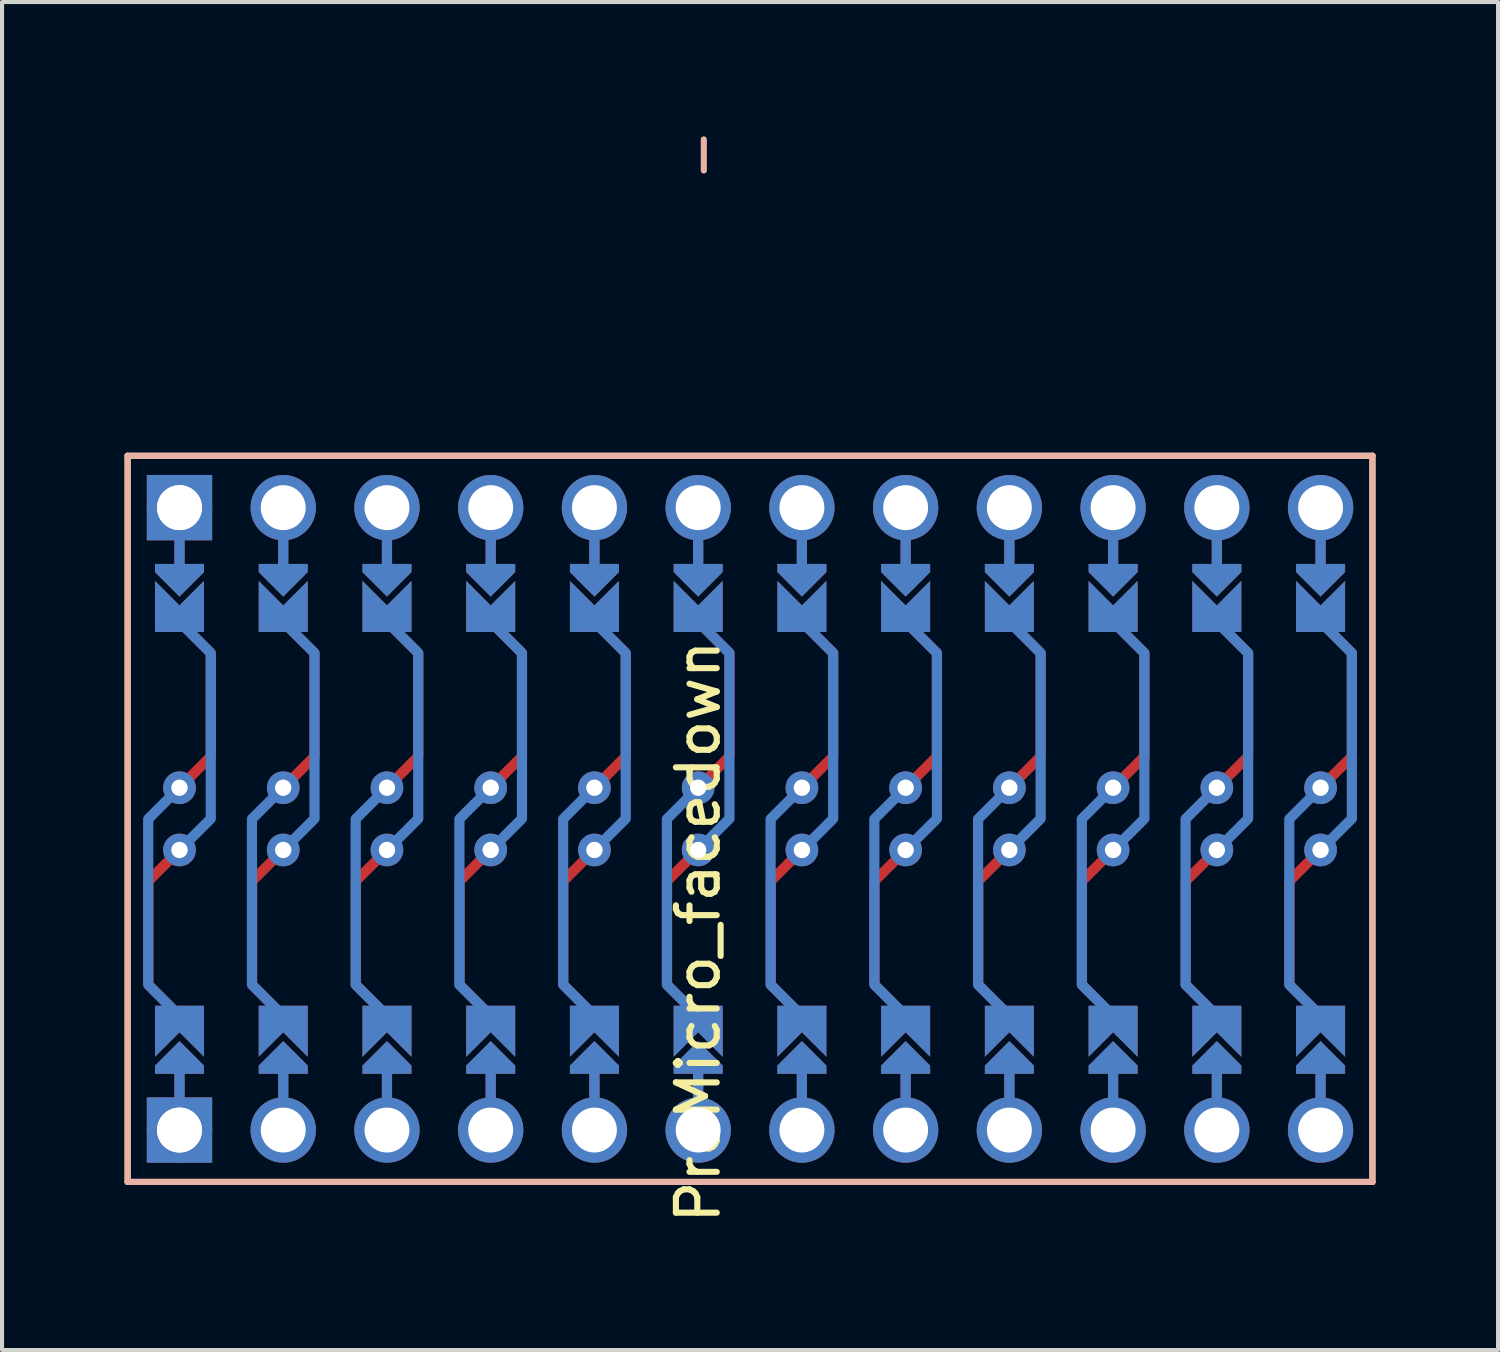
<source format=kicad_pcb>
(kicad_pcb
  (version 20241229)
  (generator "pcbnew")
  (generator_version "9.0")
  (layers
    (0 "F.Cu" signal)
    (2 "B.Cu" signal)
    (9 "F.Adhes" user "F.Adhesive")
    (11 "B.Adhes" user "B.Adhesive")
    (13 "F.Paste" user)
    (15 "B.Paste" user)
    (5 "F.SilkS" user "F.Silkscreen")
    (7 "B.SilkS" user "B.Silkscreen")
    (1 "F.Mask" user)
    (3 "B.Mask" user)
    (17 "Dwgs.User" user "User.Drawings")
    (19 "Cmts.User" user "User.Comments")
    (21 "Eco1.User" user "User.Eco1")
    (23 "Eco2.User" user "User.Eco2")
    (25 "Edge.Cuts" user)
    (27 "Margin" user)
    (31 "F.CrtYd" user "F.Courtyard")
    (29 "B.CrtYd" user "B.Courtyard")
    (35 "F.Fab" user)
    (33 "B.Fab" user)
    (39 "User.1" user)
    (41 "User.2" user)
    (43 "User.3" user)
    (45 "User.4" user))
  (footprint "ProMicro_facedown"
    (layer "F.Cu")
    (at 15.315 17)
    (property "Reference" "ProMicro_facedown" (at -1.27 2.762 270) (layer "F.SilkS") (effects (font (size 1 1) (thickness 0.15))))
    (attr through_hole)
    (fp_circle (center -13.97 -0.762) (end -13.845 -0.762) (stroke (width 0.25) (type solid)) (fill no) (layer "F.Mask"))
    (fp_circle (center -13.97 0.762) (end -13.845 0.762) (stroke (width 0.25) (type solid)) (fill no) (layer "F.Mask"))
    (fp_circle (center -11.43 -0.762) (end -11.305 -0.762) (stroke (width 0.25) (type solid)) (fill no) (layer "F.Mask"))
    (fp_circle (center -11.43 0.762) (end -11.305 0.762) (stroke (width 0.25) (type solid)) (fill no) (layer "F.Mask"))
    (fp_circle (center -8.89 -0.762) (end -8.765 -0.762) (stroke (width 0.25) (type solid)) (fill no) (layer "F.Mask"))
    (fp_circle (center -8.89 0.762) (end -8.765 0.762) (stroke (width 0.25) (type solid)) (fill no) (layer "F.Mask"))
    (fp_circle (center -6.35 -0.762) (end -6.225 -0.762) (stroke (width 0.25) (type solid)) (fill no) (layer "F.Mask"))
    (fp_circle (center -6.35 0.762) (end -6.225 0.762) (stroke (width 0.25) (type solid)) (fill no) (layer "F.Mask"))
    (fp_circle (center -3.81 -0.762) (end -3.685 -0.762) (stroke (width 0.25) (type solid)) (fill no) (layer "F.Mask"))
    (fp_circle (center -3.81 0.762) (end -3.685 0.762) (stroke (width 0.25) (type solid)) (fill no) (layer "F.Mask"))
    (fp_circle (center -1.27 -0.762) (end -1.145 -0.762) (stroke (width 0.25) (type solid)) (fill no) (layer "F.Mask"))
    (fp_circle (center -1.27 0.762) (end -1.145 0.762) (stroke (width 0.25) (type solid)) (fill no) (layer "F.Mask"))
    (fp_circle (center 1.27 -0.762) (end 1.395 -0.762) (stroke (width 0.25) (type solid)) (fill no) (layer "F.Mask"))
    (fp_circle (center 1.27 0.762) (end 1.395 0.762) (stroke (width 0.25) (type solid)) (fill no) (layer "F.Mask"))
    (fp_circle (center 3.81 -0.762) (end 3.935 -0.762) (stroke (width 0.25) (type solid)) (fill no) (layer "F.Mask"))
    (fp_circle (center 3.81 0.762) (end 3.935 0.762) (stroke (width 0.25) (type solid)) (fill no) (layer "F.Mask"))
    (fp_circle (center 6.35 -0.762) (end 6.475 -0.762) (stroke (width 0.25) (type solid)) (fill no) (layer "F.Mask"))
    (fp_circle (center 6.35 0.762) (end 6.475 0.762) (stroke (width 0.25) (type solid)) (fill no) (layer "F.Mask"))
    (fp_circle (center 8.89 -0.762) (end 9.015 -0.762) (stroke (width 0.25) (type solid)) (fill no) (layer "F.Mask"))
    (fp_circle (center 8.89 0.762) (end 9.015 0.762) (stroke (width 0.25) (type solid)) (fill no) (layer "F.Mask"))
    (fp_circle (center 11.43 -0.762) (end 11.555 -0.762) (stroke (width 0.25) (type solid)) (fill no) (layer "F.Mask"))
    (fp_circle (center 11.43 0.762) (end 11.555 0.762) (stroke (width 0.25) (type solid)) (fill no) (layer "F.Mask"))
    (fp_circle (center 13.97 -0.762) (end 14.095 -0.762) (stroke (width 0.25) (type solid)) (fill no) (layer "F.Mask"))
    (fp_circle (center 13.97 0.762) (end 14.095 0.762) (stroke (width 0.25) (type solid)) (fill no) (layer "F.Mask"))
    (fp_poly (pts (xy -14.478 5.08) (xy -13.462 5.08) (xy -13.462 6.096) (xy -14.478 6.096)) (stroke (width 0.1) (type solid)) (fill yes) (layer "F.Mask"))
    (fp_poly (pts (xy -13.462 -5.08) (xy -14.478 -5.08) (xy -14.478 -6.096) (xy -13.462 -6.096)) (stroke (width 0.1) (type solid)) (fill yes) (layer "F.Mask"))
    (fp_poly (pts (xy -11.938 5.08) (xy -10.922 5.08) (xy -10.922 6.096) (xy -11.938 6.096)) (stroke (width 0.1) (type solid)) (fill yes) (layer "F.Mask"))
    (fp_poly (pts (xy -10.922 -5.08) (xy -11.938 -5.08) (xy -11.938 -6.096) (xy -10.922 -6.096)) (stroke (width 0.1) (type solid)) (fill yes) (layer "F.Mask"))
    (fp_poly (pts (xy -9.398 5.08) (xy -8.382 5.08) (xy -8.382 6.096) (xy -9.398 6.096)) (stroke (width 0.1) (type solid)) (fill yes) (layer "F.Mask"))
    (fp_poly (pts (xy -8.382 -5.08) (xy -9.398 -5.08) (xy -9.398 -6.096) (xy -8.382 -6.096)) (stroke (width 0.1) (type solid)) (fill yes) (layer "F.Mask"))
    (fp_poly (pts (xy -6.858 5.08) (xy -5.842 5.08) (xy -5.842 6.096) (xy -6.858 6.096)) (stroke (width 0.1) (type solid)) (fill yes) (layer "F.Mask"))
    (fp_poly (pts (xy -5.842 -5.08) (xy -6.858 -5.08) (xy -6.858 -6.096) (xy -5.842 -6.096)) (stroke (width 0.1) (type solid)) (fill yes) (layer "F.Mask"))
    (fp_poly (pts (xy -4.318 5.08) (xy -3.302 5.08) (xy -3.302 6.096) (xy -4.318 6.096)) (stroke (width 0.1) (type solid)) (fill yes) (layer "F.Mask"))
    (fp_poly (pts (xy -3.302 -5.08) (xy -4.318 -5.08) (xy -4.318 -6.096) (xy -3.302 -6.096)) (stroke (width 0.1) (type solid)) (fill yes) (layer "F.Mask"))
    (fp_poly (pts (xy -1.778 5.08) (xy -0.762 5.08) (xy -0.762 6.096) (xy -1.778 6.096)) (stroke (width 0.1) (type solid)) (fill yes) (layer "F.Mask"))
    (fp_poly (pts (xy -0.762 -5.08) (xy -1.778 -5.08) (xy -1.778 -6.096) (xy -0.762 -6.096)) (stroke (width 0.1) (type solid)) (fill yes) (layer "F.Mask"))
    (fp_poly (pts (xy 0.762 5.08) (xy 1.778 5.08) (xy 1.778 6.096) (xy 0.762 6.096)) (stroke (width 0.1) (type solid)) (fill yes) (layer "F.Mask"))
    (fp_poly (pts (xy 1.778 -5.08) (xy 0.762 -5.08) (xy 0.762 -6.096) (xy 1.778 -6.096)) (stroke (width 0.1) (type solid)) (fill yes) (layer "F.Mask"))
    (fp_poly (pts (xy 3.302 5.08) (xy 4.318 5.08) (xy 4.318 6.096) (xy 3.302 6.096)) (stroke (width 0.1) (type solid)) (fill yes) (layer "F.Mask"))
    (fp_poly (pts (xy 4.318 -5.08) (xy 3.302 -5.08) (xy 3.302 -6.096) (xy 4.318 -6.096)) (stroke (width 0.1) (type solid)) (fill yes) (layer "F.Mask"))
    (fp_poly (pts (xy 5.842 5.08) (xy 6.858 5.08) (xy 6.858 6.096) (xy 5.842 6.096)) (stroke (width 0.1) (type solid)) (fill yes) (layer "F.Mask"))
    (fp_poly (pts (xy 6.858 -5.08) (xy 5.842 -5.08) (xy 5.842 -6.096) (xy 6.858 -6.096)) (stroke (width 0.1) (type solid)) (fill yes) (layer "F.Mask"))
    (fp_poly (pts (xy 8.382 5.08) (xy 9.398 5.08) (xy 9.398 6.096) (xy 8.382 6.096)) (stroke (width 0.1) (type solid)) (fill yes) (layer "F.Mask"))
    (fp_poly (pts (xy 9.398 -5.08) (xy 8.382 -5.08) (xy 8.382 -6.096) (xy 9.398 -6.096)) (stroke (width 0.1) (type solid)) (fill yes) (layer "F.Mask"))
    (fp_poly (pts (xy 10.922 5.08) (xy 11.938 5.08) (xy 11.938 6.096) (xy 10.922 6.096)) (stroke (width 0.1) (type solid)) (fill yes) (layer "F.Mask"))
    (fp_poly (pts (xy 11.938 -5.08) (xy 10.922 -5.08) (xy 10.922 -6.096) (xy 11.938 -6.096)) (stroke (width 0.1) (type solid)) (fill yes) (layer "F.Mask"))
    (fp_poly (pts (xy 13.462 5.08) (xy 14.478 5.08) (xy 14.478 6.096) (xy 13.462 6.096)) (stroke (width 0.1) (type solid)) (fill yes) (layer "F.Mask"))
    (fp_poly (pts (xy 14.478 -5.08) (xy 13.462 -5.08) (xy 13.462 -6.096) (xy 14.478 -6.096)) (stroke (width 0.1) (type solid)) (fill yes) (layer "F.Mask"))
    (fp_circle (center -13.97 -0.762) (end -13.845 -0.762) (stroke (width 0.25) (type solid)) (fill no) (layer "B.Mask"))
    (fp_circle (center -13.97 0.762) (end -13.845 0.762) (stroke (width 0.25) (type solid)) (fill no) (layer "B.Mask"))
    (fp_circle (center -11.43 -0.762) (end -11.305 -0.762) (stroke (width 0.25) (type solid)) (fill no) (layer "B.Mask"))
    (fp_circle (center -11.43 0.762) (end -11.305 0.762) (stroke (width 0.25) (type solid)) (fill no) (layer "B.Mask"))
    (fp_circle (center -8.89 -0.762) (end -8.765 -0.762) (stroke (width 0.25) (type solid)) (fill no) (layer "B.Mask"))
    (fp_circle (center -8.89 0.762) (end -8.765 0.762) (stroke (width 0.25) (type solid)) (fill no) (layer "B.Mask"))
    (fp_circle (center -6.35 -0.762) (end -6.225 -0.762) (stroke (width 0.25) (type solid)) (fill no) (layer "B.Mask"))
    (fp_circle (center -6.35 0.762) (end -6.225 0.762) (stroke (width 0.25) (type solid)) (fill no) (layer "B.Mask"))
    (fp_circle (center -3.81 -0.762) (end -3.685 -0.762) (stroke (width 0.25) (type solid)) (fill no) (layer "B.Mask"))
    (fp_circle (center -3.81 0.762) (end -3.685 0.762) (stroke (width 0.25) (type solid)) (fill no) (layer "B.Mask"))
    (fp_circle (center -1.27 -0.762) (end -1.145 -0.762) (stroke (width 0.25) (type solid)) (fill no) (layer "B.Mask"))
    (fp_circle (center -1.27 0.762) (end -1.145 0.762) (stroke (width 0.25) (type solid)) (fill no) (layer "B.Mask"))
    (fp_circle (center 1.27 -0.762) (end 1.395 -0.762) (stroke (width 0.25) (type solid)) (fill no) (layer "B.Mask"))
    (fp_circle (center 1.27 0.762) (end 1.395 0.762) (stroke (width 0.25) (type solid)) (fill no) (layer "B.Mask"))
    (fp_circle (center 3.81 -0.762) (end 3.935 -0.762) (stroke (width 0.25) (type solid)) (fill no) (layer "B.Mask"))
    (fp_circle (center 3.81 0.762) (end 3.935 0.762) (stroke (width 0.25) (type solid)) (fill no) (layer "B.Mask"))
    (fp_circle (center 6.35 -0.762) (end 6.475 -0.762) (stroke (width 0.25) (type solid)) (fill no) (layer "B.Mask"))
    (fp_circle (center 6.35 0.762) (end 6.475 0.762) (stroke (width 0.25) (type solid)) (fill no) (layer "B.Mask"))
    (fp_circle (center 8.89 -0.762) (end 9.015 -0.762) (stroke (width 0.25) (type solid)) (fill no) (layer "B.Mask"))
    (fp_circle (center 8.89 0.762) (end 9.015 0.762) (stroke (width 0.25) (type solid)) (fill no) (layer "B.Mask"))
    (fp_circle (center 11.43 -0.762) (end 11.555 -0.762) (stroke (width 0.25) (type solid)) (fill no) (layer "B.Mask"))
    (fp_circle (center 11.43 0.762) (end 11.555 0.762) (stroke (width 0.25) (type solid)) (fill no) (layer "B.Mask"))
    (fp_circle (center 13.97 -0.762) (end 14.095 -0.762) (stroke (width 0.25) (type solid)) (fill no) (layer "B.Mask"))
    (fp_circle (center 13.97 0.762) (end 14.095 0.762) (stroke (width 0.25) (type solid)) (fill no) (layer "B.Mask"))
    (fp_poly (pts (xy -14.478 5.08) (xy -13.462 5.08) (xy -13.462 6.096) (xy -14.478 6.096)) (stroke (width 0.1) (type solid)) (fill yes) (layer "B.Mask"))
    (fp_poly (pts (xy -13.462 -5.08) (xy -14.478 -5.08) (xy -14.478 -6.096) (xy -13.462 -6.096)) (stroke (width 0.1) (type solid)) (fill yes) (layer "B.Mask"))
    (fp_poly (pts (xy -11.938 5.08) (xy -10.922 5.08) (xy -10.922 6.096) (xy -11.938 6.096)) (stroke (width 0.1) (type solid)) (fill yes) (layer "B.Mask"))
    (fp_poly (pts (xy -10.922 -5.08) (xy -11.938 -5.08) (xy -11.938 -6.096) (xy -10.922 -6.096)) (stroke (width 0.1) (type solid)) (fill yes) (layer "B.Mask"))
    (fp_poly (pts (xy -9.398 5.08) (xy -8.382 5.08) (xy -8.382 6.096) (xy -9.398 6.096)) (stroke (width 0.1) (type solid)) (fill yes) (layer "B.Mask"))
    (fp_poly (pts (xy -8.382 -5.08) (xy -9.398 -5.08) (xy -9.398 -6.096) (xy -8.382 -6.096)) (stroke (width 0.1) (type solid)) (fill yes) (layer "B.Mask"))
    (fp_poly (pts (xy -6.858 5.08) (xy -5.842 5.08) (xy -5.842 6.096) (xy -6.858 6.096)) (stroke (width 0.1) (type solid)) (fill yes) (layer "B.Mask"))
    (fp_poly (pts (xy -5.842 -5.08) (xy -6.858 -5.08) (xy -6.858 -6.096) (xy -5.842 -6.096)) (stroke (width 0.1) (type solid)) (fill yes) (layer "B.Mask"))
    (fp_poly (pts (xy -4.318 5.08) (xy -3.302 5.08) (xy -3.302 6.096) (xy -4.318 6.096)) (stroke (width 0.1) (type solid)) (fill yes) (layer "B.Mask"))
    (fp_poly (pts (xy -3.302 -5.08) (xy -4.318 -5.08) (xy -4.318 -6.096) (xy -3.302 -6.096)) (stroke (width 0.1) (type solid)) (fill yes) (layer "B.Mask"))
    (fp_poly (pts (xy -1.778 5.08) (xy -0.762 5.08) (xy -0.762 6.096) (xy -1.778 6.096)) (stroke (width 0.1) (type solid)) (fill yes) (layer "B.Mask"))
    (fp_poly (pts (xy -0.762 -5.08) (xy -1.778 -5.08) (xy -1.778 -6.096) (xy -0.762 -6.096)) (stroke (width 0.1) (type solid)) (fill yes) (layer "B.Mask"))
    (fp_poly (pts (xy 0.762 5.08) (xy 1.778 5.08) (xy 1.778 6.096) (xy 0.762 6.096)) (stroke (width 0.1) (type solid)) (fill yes) (layer "B.Mask"))
    (fp_poly (pts (xy 1.778 -5.08) (xy 0.762 -5.08) (xy 0.762 -6.096) (xy 1.778 -6.096)) (stroke (width 0.1) (type solid)) (fill yes) (layer "B.Mask"))
    (fp_poly (pts (xy 3.302 5.08) (xy 4.318 5.08) (xy 4.318 6.096) (xy 3.302 6.096)) (stroke (width 0.1) (type solid)) (fill yes) (layer "B.Mask"))
    (fp_poly (pts (xy 4.318 -5.08) (xy 3.302 -5.08) (xy 3.302 -6.096) (xy 4.318 -6.096)) (stroke (width 0.1) (type solid)) (fill yes) (layer "B.Mask"))
    (fp_poly (pts (xy 5.842 5.08) (xy 6.858 5.08) (xy 6.858 6.096) (xy 5.842 6.096)) (stroke (width 0.1) (type solid)) (fill yes) (layer "B.Mask"))
    (fp_poly (pts (xy 6.858 -5.08) (xy 5.842 -5.08) (xy 5.842 -6.096) (xy 6.858 -6.096)) (stroke (width 0.1) (type solid)) (fill yes) (layer "B.Mask"))
    (fp_poly (pts (xy 8.382 5.08) (xy 9.398 5.08) (xy 9.398 6.096) (xy 8.382 6.096)) (stroke (width 0.1) (type solid)) (fill yes) (layer "B.Mask"))
    (fp_poly (pts (xy 9.398 -5.08) (xy 8.382 -5.08) (xy 8.382 -6.096) (xy 9.398 -6.096)) (stroke (width 0.1) (type solid)) (fill yes) (layer "B.Mask"))
    (fp_poly (pts (xy 10.922 5.08) (xy 11.938 5.08) (xy 11.938 6.096) (xy 10.922 6.096)) (stroke (width 0.1) (type solid)) (fill yes) (layer "B.Mask"))
    (fp_poly (pts (xy 11.938 -5.08) (xy 10.922 -5.08) (xy 10.922 -6.096) (xy 11.938 -6.096)) (stroke (width 0.1) (type solid)) (fill yes) (layer "B.Mask"))
    (fp_poly (pts (xy 13.462 5.08) (xy 14.478 5.08) (xy 14.478 6.096) (xy 13.462 6.096)) (stroke (width 0.1) (type solid)) (fill yes) (layer "B.Mask"))
    (fp_poly (pts (xy 14.478 -5.08) (xy 13.462 -5.08) (xy 13.462 -6.096) (xy 14.478 -6.096)) (stroke (width 0.1) (type solid)) (fill yes) (layer "B.Mask"))
    (fp_line (start -15.24 -8.89) (end 15.24 -8.89) (stroke (width 0.15) (type solid)) (layer "F.SilkS"))
    (fp_line (start -15.24 8.89) (end -15.24 -8.89) (stroke (width 0.15) (type solid)) (layer "F.SilkS"))
    (fp_line (start -15.24 8.89) (end 15.24 8.89) (stroke (width 0.15) (type solid)) (layer "F.SilkS"))
    (fp_line (start 15.24 -8.89) (end 15.24 8.89) (stroke (width 0.15) (type solid)) (layer "F.SilkS"))
    (fp_line (start -15.24 -8.89) (end 15.24 -8.89) (stroke (width 0.15) (type solid)) (layer "B.SilkS"))
    (fp_line (start -15.24 8.89) (end -15.24 -8.89) (stroke (width 0.15) (type solid)) (layer "B.SilkS"))
    (fp_line (start -15.24 8.89) (end 15.24 8.89) (stroke (width 0.15) (type solid)) (layer "B.SilkS"))
    (fp_line (start 15.24 -8.89) (end 15.24 8.89) (stroke (width 0.15) (type solid)) (layer "B.SilkS"))
    (fp_text user "-" (at -1.206 -16.256 90) (layer "B.SilkS") (effects (font (size 1 1) (thickness 0.15)) (justify mirror)))
    (pad "" thru_hole circle (at -13.97 -7.62) (size 1.6 1.6) (drill 1.1) (layers "*.Cu" "*.Mask"))
    (pad "" thru_hole rect (at -13.97 -7.62) (size 1.6 1.6) (drill 1.1) (layers "B.Cu" "B.Mask"))
    (pad "" smd custom (at -13.97 -6.35) (size 0.25 1) (layers "F.Cu") (options (anchor rect)) (primitives))
    (pad "" smd custom (at -13.97 -6.35) (size 0.25 1) (layers "B.Cu") (options (anchor rect)) (primitives))
    (pad "" smd custom (at -13.97 -5.842) (size 0.1 0.1) (layers "F.Cu" "F.Mask") (options (anchor rect)) (primitives (gr_poly (pts (xy 0.6 -0.4) (xy -0.6 -0.4) (xy -0.6 -0.2) (xy 0 0.4) (xy 0.6 -0.2)) (width 0) (fill yes))))
    (pad "" smd custom (at -13.97 -5.842) (size 0.1 0.1) (layers "B.Cu" "B.Mask") (options (anchor rect)) (primitives (gr_poly (pts (xy 0.6 -0.4) (xy -0.6 -0.4) (xy -0.6 -0.2) (xy 0 0.4) (xy 0.6 -0.2)) (width 0) (fill yes))))
    (pad "" smd custom (at -13.97 5.842 180) (size 0.1 0.1) (layers "F.Cu" "F.Mask") (options (anchor rect)) (primitives (gr_poly (pts (xy 0.6 -0.4) (xy -0.6 -0.4) (xy -0.6 -0.2) (xy 0 0.4) (xy 0.6 -0.2)) (width 0) (fill yes))))
    (pad "" smd custom (at -13.97 5.842 180) (size 0.1 0.1) (layers "B.Cu" "B.Mask") (options (anchor rect)) (primitives (gr_poly (pts (xy 0.6 -0.4) (xy -0.6 -0.4) (xy -0.6 -0.2) (xy 0 0.4) (xy 0.6 -0.2)) (width 0) (fill yes))))
    (pad "" smd custom (at -13.97 6.35 180) (size 0.25 1) (layers "F.Cu") (options (anchor rect)) (primitives))
    (pad "" smd custom (at -13.97 6.35 180) (size 0.25 1) (layers "B.Cu") (options (anchor rect)) (primitives))
    (pad "" thru_hole circle (at -13.97 7.62) (size 1.6 1.6) (drill 1.1) (layers "*.Cu" "*.Mask"))
    (pad "" thru_hole rect (at -13.97 7.62) (size 1.6 1.6) (drill 1.1) (layers "F.Cu" "F.Mask"))
    (pad "" thru_hole circle (at -11.43 -7.62) (size 1.6 1.6) (drill 1.1) (layers "*.Cu" "*.Mask"))
    (pad "" smd custom (at -11.43 -6.35) (size 0.25 1) (layers "F.Cu") (options (anchor rect)) (primitives))
    (pad "" smd custom (at -11.43 -6.35) (size 0.25 1) (layers "B.Cu") (options (anchor rect)) (primitives))
    (pad "" smd custom (at -11.43 -5.842) (size 0.1 0.1) (layers "F.Cu" "F.Mask") (options (anchor rect)) (primitives (gr_poly (pts (xy 0.6 -0.4) (xy -0.6 -0.4) (xy -0.6 -0.2) (xy 0 0.4) (xy 0.6 -0.2)) (width 0) (fill yes))))
    (pad "" smd custom (at -11.43 -5.842) (size 0.1 0.1) (layers "B.Cu" "B.Mask") (options (anchor rect)) (primitives (gr_poly (pts (xy 0.6 -0.4) (xy -0.6 -0.4) (xy -0.6 -0.2) (xy 0 0.4) (xy 0.6 -0.2)) (width 0) (fill yes))))
    (pad "" smd custom (at -11.43 5.842 180) (size 0.1 0.1) (layers "F.Cu" "F.Mask") (options (anchor rect)) (primitives (gr_poly (pts (xy 0.6 -0.4) (xy -0.6 -0.4) (xy -0.6 -0.2) (xy 0 0.4) (xy 0.6 -0.2)) (width 0) (fill yes))))
    (pad "" smd custom (at -11.43 5.842 180) (size 0.1 0.1) (layers "B.Cu" "B.Mask") (options (anchor rect)) (primitives (gr_poly (pts (xy 0.6 -0.4) (xy -0.6 -0.4) (xy -0.6 -0.2) (xy 0 0.4) (xy 0.6 -0.2)) (width 0) (fill yes))))
    (pad "" smd custom (at -11.43 6.35 180) (size 0.25 1) (layers "F.Cu") (options (anchor rect)) (primitives))
    (pad "" smd custom (at -11.43 6.35 180) (size 0.25 1) (layers "B.Cu") (options (anchor rect)) (primitives))
    (pad "" thru_hole circle (at -11.43 7.62) (size 1.6 1.6) (drill 1.1) (layers "*.Cu" "*.Mask"))
    (pad "" thru_hole circle (at -8.89 -7.62) (size 1.6 1.6) (drill 1.1) (layers "*.Cu" "*.Mask"))
    (pad "" smd custom (at -8.89 -6.35) (size 0.25 1) (layers "F.Cu") (options (anchor rect)) (primitives))
    (pad "" smd custom (at -8.89 -6.35) (size 0.25 1) (layers "B.Cu") (options (anchor rect)) (primitives))
    (pad "" smd custom (at -8.89 -5.842) (size 0.1 0.1) (layers "F.Cu" "F.Mask") (options (anchor rect)) (primitives (gr_poly (pts (xy 0.6 -0.4) (xy -0.6 -0.4) (xy -0.6 -0.2) (xy 0 0.4) (xy 0.6 -0.2)) (width 0) (fill yes))))
    (pad "" smd custom (at -8.89 -5.842) (size 0.1 0.1) (layers "B.Cu" "B.Mask") (options (anchor rect)) (primitives (gr_poly (pts (xy 0.6 -0.4) (xy -0.6 -0.4) (xy -0.6 -0.2) (xy 0 0.4) (xy 0.6 -0.2)) (width 0) (fill yes))))
    (pad "" smd custom (at -8.89 5.842 180) (size 0.1 0.1) (layers "F.Cu" "F.Mask") (options (anchor rect)) (primitives (gr_poly (pts (xy 0.6 -0.4) (xy -0.6 -0.4) (xy -0.6 -0.2) (xy 0 0.4) (xy 0.6 -0.2)) (width 0) (fill yes))))
    (pad "" smd custom (at -8.89 5.842 180) (size 0.1 0.1) (layers "B.Cu" "B.Mask") (options (anchor rect)) (primitives (gr_poly (pts (xy 0.6 -0.4) (xy -0.6 -0.4) (xy -0.6 -0.2) (xy 0 0.4) (xy 0.6 -0.2)) (width 0) (fill yes))))
    (pad "" smd custom (at -8.89 6.35 180) (size 0.25 1) (layers "F.Cu") (options (anchor rect)) (primitives))
    (pad "" smd custom (at -8.89 6.35 180) (size 0.25 1) (layers "B.Cu") (options (anchor rect)) (primitives))
    (pad "" thru_hole circle (at -8.89 7.62) (size 1.6 1.6) (drill 1.1) (layers "*.Cu" "*.Mask"))
    (pad "" thru_hole circle (at -6.35 -7.62) (size 1.6 1.6) (drill 1.1) (layers "*.Cu" "*.Mask"))
    (pad "" smd custom (at -6.35 -6.35) (size 0.25 1) (layers "F.Cu") (options (anchor rect)) (primitives))
    (pad "" smd custom (at -6.35 -6.35) (size 0.25 1) (layers "B.Cu") (options (anchor rect)) (primitives))
    (pad "" smd custom (at -6.35 -5.842) (size 0.1 0.1) (layers "F.Cu" "F.Mask") (options (anchor rect)) (primitives (gr_poly (pts (xy 0.6 -0.4) (xy -0.6 -0.4) (xy -0.6 -0.2) (xy 0 0.4) (xy 0.6 -0.2)) (width 0) (fill yes))))
    (pad "" smd custom (at -6.35 -5.842) (size 0.1 0.1) (layers "B.Cu" "B.Mask") (options (anchor rect)) (primitives (gr_poly (pts (xy 0.6 -0.4) (xy -0.6 -0.4) (xy -0.6 -0.2) (xy 0 0.4) (xy 0.6 -0.2)) (width 0) (fill yes))))
    (pad "" smd custom (at -6.35 5.842 180) (size 0.1 0.1) (layers "F.Cu" "F.Mask") (options (anchor rect)) (primitives (gr_poly (pts (xy 0.6 -0.4) (xy -0.6 -0.4) (xy -0.6 -0.2) (xy 0 0.4) (xy 0.6 -0.2)) (width 0) (fill yes))))
    (pad "" smd custom (at -6.35 5.842 180) (size 0.1 0.1) (layers "B.Cu" "B.Mask") (options (anchor rect)) (primitives (gr_poly (pts (xy 0.6 -0.4) (xy -0.6 -0.4) (xy -0.6 -0.2) (xy 0 0.4) (xy 0.6 -0.2)) (width 0) (fill yes))))
    (pad "" smd custom (at -6.35 6.35 180) (size 0.25 1) (layers "F.Cu") (options (anchor rect)) (primitives))
    (pad "" smd custom (at -6.35 6.35 180) (size 0.25 1) (layers "B.Cu") (options (anchor rect)) (primitives))
    (pad "" thru_hole circle (at -6.35 7.62) (size 1.6 1.6) (drill 1.1) (layers "*.Cu" "*.Mask"))
    (pad "" thru_hole circle (at -3.81 -7.62) (size 1.6 1.6) (drill 1.1) (layers "*.Cu" "*.Mask"))
    (pad "" smd custom (at -3.81 -6.35) (size 0.25 1) (layers "F.Cu") (options (anchor rect)) (primitives))
    (pad "" smd custom (at -3.81 -6.35) (size 0.25 1) (layers "B.Cu") (options (anchor rect)) (primitives))
    (pad "" smd custom (at -3.81 -5.842) (size 0.1 0.1) (layers "F.Cu" "F.Mask") (options (anchor rect)) (primitives (gr_poly (pts (xy 0.6 -0.4) (xy -0.6 -0.4) (xy -0.6 -0.2) (xy 0 0.4) (xy 0.6 -0.2)) (width 0) (fill yes))))
    (pad "" smd custom (at -3.81 -5.842) (size 0.1 0.1) (layers "B.Cu" "B.Mask") (options (anchor rect)) (primitives (gr_poly (pts (xy 0.6 -0.4) (xy -0.6 -0.4) (xy -0.6 -0.2) (xy 0 0.4) (xy 0.6 -0.2)) (width 0) (fill yes))))
    (pad "" smd custom (at -3.81 5.842 180) (size 0.1 0.1) (layers "F.Cu" "F.Mask") (options (anchor rect)) (primitives (gr_poly (pts (xy 0.6 -0.4) (xy -0.6 -0.4) (xy -0.6 -0.2) (xy 0 0.4) (xy 0.6 -0.2)) (width 0) (fill yes))))
    (pad "" smd custom (at -3.81 5.842 180) (size 0.1 0.1) (layers "B.Cu" "B.Mask") (options (anchor rect)) (primitives (gr_poly (pts (xy 0.6 -0.4) (xy -0.6 -0.4) (xy -0.6 -0.2) (xy 0 0.4) (xy 0.6 -0.2)) (width 0) (fill yes))))
    (pad "" smd custom (at -3.81 6.35 180) (size 0.25 1) (layers "F.Cu") (options (anchor rect)) (primitives))
    (pad "" smd custom (at -3.81 6.35 180) (size 0.25 1) (layers "B.Cu") (options (anchor rect)) (primitives))
    (pad "" thru_hole circle (at -3.81 7.62) (size 1.6 1.6) (drill 1.1) (layers "*.Cu" "*.Mask"))
    (pad "" thru_hole circle (at -1.27 -7.62) (size 1.6 1.6) (drill 1.1) (layers "*.Cu" "*.Mask"))
    (pad "" smd custom (at -1.27 -6.35) (size 0.25 1) (layers "F.Cu") (options (anchor rect)) (primitives))
    (pad "" smd custom (at -1.27 -6.35) (size 0.25 1) (layers "B.Cu") (options (anchor rect)) (primitives))
    (pad "" smd custom (at -1.27 -5.842) (size 0.1 0.1) (layers "F.Cu" "F.Mask") (options (anchor rect)) (primitives (gr_poly (pts (xy 0.6 -0.4) (xy -0.6 -0.4) (xy -0.6 -0.2) (xy 0 0.4) (xy 0.6 -0.2)) (width 0) (fill yes))))
    (pad "" smd custom (at -1.27 -5.842) (size 0.1 0.1) (layers "B.Cu" "B.Mask") (options (anchor rect)) (primitives (gr_poly (pts (xy 0.6 -0.4) (xy -0.6 -0.4) (xy -0.6 -0.2) (xy 0 0.4) (xy 0.6 -0.2)) (width 0) (fill yes))))
    (pad "" smd custom (at -1.27 5.842 180) (size 0.1 0.1) (layers "F.Cu" "F.Mask") (options (anchor rect)) (primitives (gr_poly (pts (xy 0.6 -0.4) (xy -0.6 -0.4) (xy -0.6 -0.2) (xy 0 0.4) (xy 0.6 -0.2)) (width 0) (fill yes))))
    (pad "" smd custom (at -1.27 5.842 180) (size 0.1 0.1) (layers "B.Cu" "B.Mask") (options (anchor rect)) (primitives (gr_poly (pts (xy 0.6 -0.4) (xy -0.6 -0.4) (xy -0.6 -0.2) (xy 0 0.4) (xy 0.6 -0.2)) (width 0) (fill yes))))
    (pad "" smd custom (at -1.27 6.35 180) (size 0.25 1) (layers "F.Cu") (options (anchor rect)) (primitives))
    (pad "" smd custom (at -1.27 6.35 180) (size 0.25 1) (layers "B.Cu") (options (anchor rect)) (primitives))
    (pad "" thru_hole circle (at -1.27 7.62) (size 1.6 1.6) (drill 1.1) (layers "*.Cu" "*.Mask"))
    (pad "" thru_hole circle (at 1.27 -7.62) (size 1.6 1.6) (drill 1.1) (layers "*.Cu" "*.Mask"))
    (pad "" smd custom (at 1.27 -6.35) (size 0.25 1) (layers "F.Cu") (options (anchor rect)) (primitives))
    (pad "" smd custom (at 1.27 -6.35) (size 0.25 1) (layers "B.Cu") (options (anchor rect)) (primitives))
    (pad "" smd custom (at 1.27 -5.842) (size 0.1 0.1) (layers "F.Cu" "F.Mask") (options (anchor rect)) (primitives (gr_poly (pts (xy 0.6 -0.4) (xy -0.6 -0.4) (xy -0.6 -0.2) (xy 0 0.4) (xy 0.6 -0.2)) (width 0) (fill yes))))
    (pad "" smd custom (at 1.27 -5.842) (size 0.1 0.1) (layers "B.Cu" "B.Mask") (options (anchor rect)) (primitives (gr_poly (pts (xy 0.6 -0.4) (xy -0.6 -0.4) (xy -0.6 -0.2) (xy 0 0.4) (xy 0.6 -0.2)) (width 0) (fill yes))))
    (pad "" smd custom (at 1.27 5.842 180) (size 0.1 0.1) (layers "F.Cu" "F.Mask") (options (anchor rect)) (primitives (gr_poly (pts (xy 0.6 -0.4) (xy -0.6 -0.4) (xy -0.6 -0.2) (xy 0 0.4) (xy 0.6 -0.2)) (width 0) (fill yes))))
    (pad "" smd custom (at 1.27 5.842 180) (size 0.1 0.1) (layers "B.Cu" "B.Mask") (options (anchor rect)) (primitives (gr_poly (pts (xy 0.6 -0.4) (xy -0.6 -0.4) (xy -0.6 -0.2) (xy 0 0.4) (xy 0.6 -0.2)) (width 0) (fill yes))))
    (pad "" smd custom (at 1.27 6.35 180) (size 0.25 1) (layers "F.Cu") (options (anchor rect)) (primitives))
    (pad "" smd custom (at 1.27 6.35 180) (size 0.25 1) (layers "B.Cu") (options (anchor rect)) (primitives))
    (pad "" thru_hole circle (at 1.27 7.62) (size 1.6 1.6) (drill 1.1) (layers "*.Cu" "*.Mask"))
    (pad "" thru_hole circle (at 3.81 -7.62) (size 1.6 1.6) (drill 1.1) (layers "*.Cu" "*.Mask"))
    (pad "" smd custom (at 3.81 -6.35) (size 0.25 1) (layers "F.Cu") (options (anchor rect)) (primitives))
    (pad "" smd custom (at 3.81 -6.35) (size 0.25 1) (layers "B.Cu") (options (anchor rect)) (primitives))
    (pad "" smd custom (at 3.81 -5.842) (size 0.1 0.1) (layers "F.Cu" "F.Mask") (options (anchor rect)) (primitives (gr_poly (pts (xy 0.6 -0.4) (xy -0.6 -0.4) (xy -0.6 -0.2) (xy 0 0.4) (xy 0.6 -0.2)) (width 0) (fill yes))))
    (pad "" smd custom (at 3.81 -5.842) (size 0.1 0.1) (layers "B.Cu" "B.Mask") (options (anchor rect)) (primitives (gr_poly (pts (xy 0.6 -0.4) (xy -0.6 -0.4) (xy -0.6 -0.2) (xy 0 0.4) (xy 0.6 -0.2)) (width 0) (fill yes))))
    (pad "" smd custom (at 3.81 5.842 180) (size 0.1 0.1) (layers "F.Cu" "F.Mask") (options (anchor rect)) (primitives (gr_poly (pts (xy 0.6 -0.4) (xy -0.6 -0.4) (xy -0.6 -0.2) (xy 0 0.4) (xy 0.6 -0.2)) (width 0) (fill yes))))
    (pad "" smd custom (at 3.81 5.842 180) (size 0.1 0.1) (layers "B.Cu" "B.Mask") (options (anchor rect)) (primitives (gr_poly (pts (xy 0.6 -0.4) (xy -0.6 -0.4) (xy -0.6 -0.2) (xy 0 0.4) (xy 0.6 -0.2)) (width 0) (fill yes))))
    (pad "" smd custom (at 3.81 6.35 180) (size 0.25 1) (layers "F.Cu") (options (anchor rect)) (primitives))
    (pad "" smd custom (at 3.81 6.35 180) (size 0.25 1) (layers "B.Cu") (options (anchor rect)) (primitives))
    (pad "" thru_hole circle (at 3.81 7.62) (size 1.6 1.6) (drill 1.1) (layers "*.Cu" "*.Mask"))
    (pad "" thru_hole circle (at 6.35 -7.62) (size 1.6 1.6) (drill 1.1) (layers "*.Cu" "*.Mask"))
    (pad "" smd custom (at 6.35 -6.35) (size 0.25 1) (layers "F.Cu") (options (anchor rect)) (primitives))
    (pad "" smd custom (at 6.35 -6.35) (size 0.25 1) (layers "B.Cu") (options (anchor rect)) (primitives))
    (pad "" smd custom (at 6.35 -5.842) (size 0.1 0.1) (layers "F.Cu" "F.Mask") (options (anchor rect)) (primitives (gr_poly (pts (xy 0.6 -0.4) (xy -0.6 -0.4) (xy -0.6 -0.2) (xy 0 0.4) (xy 0.6 -0.2)) (width 0) (fill yes))))
    (pad "" smd custom (at 6.35 -5.842) (size 0.1 0.1) (layers "B.Cu" "B.Mask") (options (anchor rect)) (primitives (gr_poly (pts (xy 0.6 -0.4) (xy -0.6 -0.4) (xy -0.6 -0.2) (xy 0 0.4) (xy 0.6 -0.2)) (width 0) (fill yes))))
    (pad "" smd custom (at 6.35 5.842 180) (size 0.1 0.1) (layers "F.Cu" "F.Mask") (options (anchor rect)) (primitives (gr_poly (pts (xy 0.6 -0.4) (xy -0.6 -0.4) (xy -0.6 -0.2) (xy 0 0.4) (xy 0.6 -0.2)) (width 0) (fill yes))))
    (pad "" smd custom (at 6.35 5.842 180) (size 0.1 0.1) (layers "B.Cu" "B.Mask") (options (anchor rect)) (primitives (gr_poly (pts (xy 0.6 -0.4) (xy -0.6 -0.4) (xy -0.6 -0.2) (xy 0 0.4) (xy 0.6 -0.2)) (width 0) (fill yes))))
    (pad "" smd custom (at 6.35 6.35 180) (size 0.25 1) (layers "F.Cu") (options (anchor rect)) (primitives))
    (pad "" smd custom (at 6.35 6.35 180) (size 0.25 1) (layers "B.Cu") (options (anchor rect)) (primitives))
    (pad "" thru_hole circle (at 6.35 7.62) (size 1.6 1.6) (drill 1.1) (layers "*.Cu" "*.Mask"))
    (pad "" thru_hole circle (at 8.89 -7.62) (size 1.6 1.6) (drill 1.1) (layers "*.Cu" "*.Mask"))
    (pad "" smd custom (at 8.89 -6.35) (size 0.25 1) (layers "F.Cu") (options (anchor rect)) (primitives))
    (pad "" smd custom (at 8.89 -6.35) (size 0.25 1) (layers "B.Cu") (options (anchor rect)) (primitives))
    (pad "" smd custom (at 8.89 -5.842) (size 0.1 0.1) (layers "F.Cu" "F.Mask") (options (anchor rect)) (primitives (gr_poly (pts (xy 0.6 -0.4) (xy -0.6 -0.4) (xy -0.6 -0.2) (xy 0 0.4) (xy 0.6 -0.2)) (width 0) (fill yes))))
    (pad "" smd custom (at 8.89 -5.842) (size 0.1 0.1) (layers "B.Cu" "B.Mask") (options (anchor rect)) (primitives (gr_poly (pts (xy 0.6 -0.4) (xy -0.6 -0.4) (xy -0.6 -0.2) (xy 0 0.4) (xy 0.6 -0.2)) (width 0) (fill yes))))
    (pad "" smd custom (at 8.89 5.842 180) (size 0.1 0.1) (layers "F.Cu" "F.Mask") (options (anchor rect)) (primitives (gr_poly (pts (xy 0.6 -0.4) (xy -0.6 -0.4) (xy -0.6 -0.2) (xy 0 0.4) (xy 0.6 -0.2)) (width 0) (fill yes))))
    (pad "" smd custom (at 8.89 5.842 180) (size 0.1 0.1) (layers "B.Cu" "B.Mask") (options (anchor rect)) (primitives (gr_poly (pts (xy 0.6 -0.4) (xy -0.6 -0.4) (xy -0.6 -0.2) (xy 0 0.4) (xy 0.6 -0.2)) (width 0) (fill yes))))
    (pad "" smd custom (at 8.89 6.35 180) (size 0.25 1) (layers "F.Cu") (options (anchor rect)) (primitives))
    (pad "" smd custom (at 8.89 6.35 180) (size 0.25 1) (layers "B.Cu") (options (anchor rect)) (primitives))
    (pad "" thru_hole circle (at 8.89 7.62) (size 1.6 1.6) (drill 1.1) (layers "*.Cu" "*.Mask"))
    (pad "" thru_hole circle (at 11.43 -7.62) (size 1.6 1.6) (drill 1.1) (layers "*.Cu" "*.Mask"))
    (pad "" smd custom (at 11.43 -6.35) (size 0.25 1) (layers "F.Cu") (options (anchor rect)) (primitives))
    (pad "" smd custom (at 11.43 -6.35) (size 0.25 1) (layers "B.Cu") (options (anchor rect)) (primitives))
    (pad "" smd custom (at 11.43 -5.842) (size 0.1 0.1) (layers "F.Cu" "F.Mask") (options (anchor rect)) (primitives (gr_poly (pts (xy 0.6 -0.4) (xy -0.6 -0.4) (xy -0.6 -0.2) (xy 0 0.4) (xy 0.6 -0.2)) (width 0) (fill yes))))
    (pad "" smd custom (at 11.43 -5.842) (size 0.1 0.1) (layers "B.Cu" "B.Mask") (options (anchor rect)) (primitives (gr_poly (pts (xy 0.6 -0.4) (xy -0.6 -0.4) (xy -0.6 -0.2) (xy 0 0.4) (xy 0.6 -0.2)) (width 0) (fill yes))))
    (pad "" smd custom (at 11.43 5.842 180) (size 0.1 0.1) (layers "F.Cu" "F.Mask") (options (anchor rect)) (primitives (gr_poly (pts (xy 0.6 -0.4) (xy -0.6 -0.4) (xy -0.6 -0.2) (xy 0 0.4) (xy 0.6 -0.2)) (width 0) (fill yes))))
    (pad "" smd custom (at 11.43 5.842 180) (size 0.1 0.1) (layers "B.Cu" "B.Mask") (options (anchor rect)) (primitives (gr_poly (pts (xy 0.6 -0.4) (xy -0.6 -0.4) (xy -0.6 -0.2) (xy 0 0.4) (xy 0.6 -0.2)) (width 0) (fill yes))))
    (pad "" smd custom (at 11.43 6.35 180) (size 0.25 1) (layers "F.Cu") (options (anchor rect)) (primitives))
    (pad "" smd custom (at 11.43 6.35 180) (size 0.25 1) (layers "B.Cu") (options (anchor rect)) (primitives))
    (pad "" thru_hole circle (at 11.43 7.62) (size 1.6 1.6) (drill 1.1) (layers "*.Cu" "*.Mask"))
    (pad "" thru_hole circle (at 13.97 -7.62) (size 1.6 1.6) (drill 1.1) (layers "*.Cu" "*.Mask"))
    (pad "" smd custom (at 13.97 -6.35) (size 0.25 1) (layers "F.Cu") (options (anchor rect)) (primitives))
    (pad "" smd custom (at 13.97 -6.35) (size 0.25 1) (layers "B.Cu") (options (anchor rect)) (primitives))
    (pad "" smd custom (at 13.97 -5.842) (size 0.1 0.1) (layers "F.Cu" "F.Mask") (options (anchor rect)) (primitives (gr_poly (pts (xy 0.6 -0.4) (xy -0.6 -0.4) (xy -0.6 -0.2) (xy 0 0.4) (xy 0.6 -0.2)) (width 0) (fill yes))))
    (pad "" smd custom (at 13.97 -5.842) (size 0.1 0.1) (layers "B.Cu" "B.Mask") (options (anchor rect)) (primitives (gr_poly (pts (xy 0.6 -0.4) (xy -0.6 -0.4) (xy -0.6 -0.2) (xy 0 0.4) (xy 0.6 -0.2)) (width 0) (fill yes))))
    (pad "" smd custom (at 13.97 5.842 180) (size 0.1 0.1) (layers "F.Cu" "F.Mask") (options (anchor rect)) (primitives (gr_poly (pts (xy 0.6 -0.4) (xy -0.6 -0.4) (xy -0.6 -0.2) (xy 0 0.4) (xy 0.6 -0.2)) (width 0) (fill yes))))
    (pad "" smd custom (at 13.97 5.842 180) (size 0.1 0.1) (layers "B.Cu" "B.Mask") (options (anchor rect)) (primitives (gr_poly (pts (xy 0.6 -0.4) (xy -0.6 -0.4) (xy -0.6 -0.2) (xy 0 0.4) (xy 0.6 -0.2)) (width 0) (fill yes))))
    (pad "" smd custom (at 13.97 6.35 180) (size 0.25 1) (layers "F.Cu") (options (anchor rect)) (primitives))
    (pad "" smd custom (at 13.97 6.35 180) (size 0.25 1) (layers "B.Cu") (options (anchor rect)) (primitives))
    (pad "" thru_hole circle (at 13.97 7.62) (size 1.6 1.6) (drill 1.1) (layers "*.Cu" "*.Mask"))
    (pad "1" smd custom (at -13.97 -4.826) (size 1.2 0.5) (layers "B.Cu" "B.Mask") (options (anchor rect)) (primitives (gr_poly (pts (xy 0.6 0) (xy -0.6 0) (xy -0.6 -1) (xy 0 -0.4) (xy 0.6 -1)) (width 0) (fill yes))))
    (pad "1" smd custom (at -13.97 0.762 180) (size 0.25 0.25) (layers "F.Cu") (options (anchor circle)) (primitives (gr_line (start 0 0) (end 0.762 -0.762) (width 0.25)) (gr_line (start 0.762 -0.762) (end 0.762 -3.302) (width 0.25)) (gr_line (start 0.762 -3.302) (end 0 -4.064) (width 0.25))))
    (pad "1" smd custom (at -13.97 0.762 180) (size 0.25 0.25) (layers "B.Cu") (options (anchor circle)) (primitives (gr_line (start 0 0) (end -0.766 0.766) (width 0.25)) (gr_line (start -0.766 0.766) (end -0.766 4.822) (width 0.25)) (gr_line (start -0.766 4.822) (end 0 5.588) (width 0.25))))
    (pad "1" thru_hole circle (at -13.97 0.762 180) (size 0.8 0.8) (drill 0.4) (layers "*.Cu"))
    (pad "1" smd custom (at -13.97 4.826 180) (size 1.2 0.5) (layers "F.Cu" "F.Mask") (options (anchor rect)) (primitives (gr_poly (pts (xy 0.6 0) (xy -0.6 0) (xy -0.6 -1) (xy 0 -0.4) (xy 0.6 -1)) (width 0) (fill yes))))
    (pad "2" smd custom (at -11.43 -4.826) (size 1.2 0.5) (layers "B.Cu" "B.Mask") (options (anchor rect)) (primitives (gr_poly (pts (xy 0.6 0) (xy -0.6 0) (xy -0.6 -1) (xy 0 -0.4) (xy 0.6 -1)) (width 0) (fill yes))))
    (pad "2" smd custom (at -11.43 0.762 180) (size 0.25 0.25) (layers "F.Cu") (options (anchor circle)) (primitives (gr_line (start 0 0) (end 0.762 -0.762) (width 0.25)) (gr_line (start 0.762 -0.762) (end 0.762 -3.302) (width 0.25)) (gr_line (start 0.762 -3.302) (end 0 -4.064) (width 0.25))))
    (pad "2" smd custom (at -11.43 0.762 180) (size 0.25 0.25) (layers "B.Cu") (options (anchor circle)) (primitives (gr_line (start 0 0) (end -0.766 0.766) (width 0.25)) (gr_line (start -0.766 0.766) (end -0.766 4.822) (width 0.25)) (gr_line (start -0.766 4.822) (end 0 5.588) (width 0.25))))
    (pad "2" thru_hole circle (at -11.43 0.762 180) (size 0.8 0.8) (drill 0.4) (layers "*.Cu"))
    (pad "2" smd custom (at -11.43 4.826 180) (size 1.2 0.5) (layers "F.Cu" "F.Mask") (options (anchor rect)) (primitives (gr_poly (pts (xy 0.6 0) (xy -0.6 0) (xy -0.6 -1) (xy 0 -0.4) (xy 0.6 -1)) (width 0) (fill yes))))
    (pad "3" smd custom (at -8.89 -4.826) (size 1.2 0.5) (layers "B.Cu" "B.Mask") (options (anchor rect)) (primitives (gr_poly (pts (xy 0.6 0) (xy -0.6 0) (xy -0.6 -1) (xy 0 -0.4) (xy 0.6 -1)) (width 0) (fill yes))))
    (pad "3" smd custom (at -8.89 0.762 180) (size 0.25 0.25) (layers "F.Cu") (options (anchor circle)) (primitives (gr_line (start 0 0) (end 0.762 -0.762) (width 0.25)) (gr_line (start 0.762 -0.762) (end 0.762 -3.302) (width 0.25)) (gr_line (start 0.762 -3.302) (end 0 -4.064) (width 0.25))))
    (pad "3" smd custom (at -8.89 0.762 180) (size 0.25 0.25) (layers "B.Cu") (options (anchor circle)) (primitives (gr_line (start 0 0) (end -0.766 0.766) (width 0.25)) (gr_line (start -0.766 0.766) (end -0.766 4.822) (width 0.25)) (gr_line (start -0.766 4.822) (end 0 5.588) (width 0.25))))
    (pad "3" thru_hole circle (at -8.89 0.762 180) (size 0.8 0.8) (drill 0.4) (layers "*.Cu"))
    (pad "3" smd custom (at -8.89 4.826 180) (size 1.2 0.5) (layers "F.Cu" "F.Mask") (options (anchor rect)) (primitives (gr_poly (pts (xy 0.6 0) (xy -0.6 0) (xy -0.6 -1) (xy 0 -0.4) (xy 0.6 -1)) (width 0) (fill yes))))
    (pad "4" smd custom (at -6.35 -4.826) (size 1.2 0.5) (layers "B.Cu" "B.Mask") (options (anchor rect)) (primitives (gr_poly (pts (xy 0.6 0) (xy -0.6 0) (xy -0.6 -1) (xy 0 -0.4) (xy 0.6 -1)) (width 0) (fill yes))))
    (pad "4" smd custom (at -6.35 0.762 180) (size 0.25 0.25) (layers "F.Cu") (options (anchor circle)) (primitives (gr_line (start 0 0) (end 0.762 -0.762) (width 0.25)) (gr_line (start 0.762 -0.762) (end 0.762 -3.302) (width 0.25)) (gr_line (start 0.762 -3.302) (end 0 -4.064) (width 0.25))))
    (pad "4" smd custom (at -6.35 0.762 180) (size 0.25 0.25) (layers "B.Cu") (options (anchor circle)) (primitives (gr_line (start 0 0) (end -0.766 0.766) (width 0.25)) (gr_line (start -0.766 0.766) (end -0.766 4.822) (width 0.25)) (gr_line (start -0.766 4.822) (end 0 5.588) (width 0.25))))
    (pad "4" thru_hole circle (at -6.35 0.762 180) (size 0.8 0.8) (drill 0.4) (layers "*.Cu"))
    (pad "4" smd custom (at -6.35 4.826 180) (size 1.2 0.5) (layers "F.Cu" "F.Mask") (options (anchor rect)) (primitives (gr_poly (pts (xy 0.6 0) (xy -0.6 0) (xy -0.6 -1) (xy 0 -0.4) (xy 0.6 -1)) (width 0) (fill yes))))
    (pad "5" smd custom (at -3.81 -4.826) (size 1.2 0.5) (layers "B.Cu" "B.Mask") (options (anchor rect)) (primitives (gr_poly (pts (xy 0.6 0) (xy -0.6 0) (xy -0.6 -1) (xy 0 -0.4) (xy 0.6 -1)) (width 0) (fill yes))))
    (pad "5" smd custom (at -3.81 0.762 180) (size 0.25 0.25) (layers "F.Cu") (options (anchor circle)) (primitives (gr_line (start 0 0) (end 0.762 -0.762) (width 0.25)) (gr_line (start 0.762 -0.762) (end 0.762 -3.302) (width 0.25)) (gr_line (start 0.762 -3.302) (end 0 -4.064) (width 0.25))))
    (pad "5" smd custom (at -3.81 0.762 180) (size 0.25 0.25) (layers "B.Cu") (options (anchor circle)) (primitives (gr_line (start 0 0) (end -0.766 0.766) (width 0.25)) (gr_line (start -0.766 0.766) (end -0.766 4.822) (width 0.25)) (gr_line (start -0.766 4.822) (end 0 5.588) (width 0.25))))
    (pad "5" thru_hole circle (at -3.81 0.762 180) (size 0.8 0.8) (drill 0.4) (layers "*.Cu"))
    (pad "5" smd custom (at -3.81 4.826 180) (size 1.2 0.5) (layers "F.Cu" "F.Mask") (options (anchor rect)) (primitives (gr_poly (pts (xy 0.6 0) (xy -0.6 0) (xy -0.6 -1) (xy 0 -0.4) (xy 0.6 -1)) (width 0) (fill yes))))
    (pad "6" smd custom (at -1.27 -4.826) (size 1.2 0.5) (layers "B.Cu" "B.Mask") (options (anchor rect)) (primitives (gr_poly (pts (xy 0.6 0) (xy -0.6 0) (xy -0.6 -1) (xy 0 -0.4) (xy 0.6 -1)) (width 0) (fill yes))))
    (pad "6" smd custom (at -1.27 0.762 180) (size 0.25 0.25) (layers "F.Cu") (options (anchor circle)) (primitives (gr_line (start 0 0) (end 0.762 -0.762) (width 0.25)) (gr_line (start 0.762 -0.762) (end 0.762 -3.302) (width 0.25)) (gr_line (start 0.762 -3.302) (end 0 -4.064) (width 0.25))))
    (pad "6" smd custom (at -1.27 0.762 180) (size 0.25 0.25) (layers "B.Cu") (options (anchor circle)) (primitives (gr_line (start 0 0) (end -0.766 0.766) (width 0.25)) (gr_line (start -0.766 0.766) (end -0.766 4.822) (width 0.25)) (gr_line (start -0.766 4.822) (end 0 5.588) (width 0.25))))
    (pad "6" thru_hole circle (at -1.27 0.762 180) (size 0.8 0.8) (drill 0.4) (layers "*.Cu"))
    (pad "6" smd custom (at -1.27 4.826 180) (size 1.2 0.5) (layers "F.Cu" "F.Mask") (options (anchor rect)) (primitives (gr_poly (pts (xy 0.6 0) (xy -0.6 0) (xy -0.6 -1) (xy 0 -0.4) (xy 0.6 -1)) (width 0) (fill yes))))
    (pad "7" smd custom (at 1.27 -4.826) (size 1.2 0.5) (layers "B.Cu" "B.Mask") (options (anchor rect)) (primitives (gr_poly (pts (xy 0.6 0) (xy -0.6 0) (xy -0.6 -1) (xy 0 -0.4) (xy 0.6 -1)) (width 0) (fill yes))))
    (pad "7" smd custom (at 1.27 0.762 180) (size 0.25 0.25) (layers "F.Cu") (options (anchor circle)) (primitives (gr_line (start 0 0) (end 0.762 -0.762) (width 0.25)) (gr_line (start 0.762 -0.762) (end 0.762 -3.302) (width 0.25)) (gr_line (start 0.762 -3.302) (end 0 -4.064) (width 0.25))))
    (pad "7" smd custom (at 1.27 0.762 180) (size 0.25 0.25) (layers "B.Cu") (options (anchor circle)) (primitives (gr_line (start 0 0) (end -0.766 0.766) (width 0.25)) (gr_line (start -0.766 0.766) (end -0.766 4.822) (width 0.25)) (gr_line (start -0.766 4.822) (end 0 5.588) (width 0.25))))
    (pad "7" thru_hole circle (at 1.27 0.762 180) (size 0.8 0.8) (drill 0.4) (layers "*.Cu"))
    (pad "7" smd custom (at 1.27 4.826 180) (size 1.2 0.5) (layers "F.Cu" "F.Mask") (options (anchor rect)) (primitives (gr_poly (pts (xy 0.6 0) (xy -0.6 0) (xy -0.6 -1) (xy 0 -0.4) (xy 0.6 -1)) (width 0) (fill yes))))
    (pad "8" smd custom (at 3.81 -4.826) (size 1.2 0.5) (layers "B.Cu" "B.Mask") (options (anchor rect)) (primitives (gr_poly (pts (xy 0.6 0) (xy -0.6 0) (xy -0.6 -1) (xy 0 -0.4) (xy 0.6 -1)) (width 0) (fill yes))))
    (pad "8" smd custom (at 3.81 0.762 180) (size 0.25 0.25) (layers "F.Cu") (options (anchor circle)) (primitives (gr_line (start 0 0) (end 0.762 -0.762) (width 0.25)) (gr_line (start 0.762 -0.762) (end 0.762 -3.302) (width 0.25)) (gr_line (start 0.762 -3.302) (end 0 -4.064) (width 0.25))))
    (pad "8" smd custom (at 3.81 0.762 180) (size 0.25 0.25) (layers "B.Cu") (options (anchor circle)) (primitives (gr_line (start 0 0) (end -0.766 0.766) (width 0.25)) (gr_line (start -0.766 0.766) (end -0.766 4.822) (width 0.25)) (gr_line (start -0.766 4.822) (end 0 5.588) (width 0.25))))
    (pad "8" thru_hole circle (at 3.81 0.762 180) (size 0.8 0.8) (drill 0.4) (layers "*.Cu"))
    (pad "8" smd custom (at 3.81 4.826 180) (size 1.2 0.5) (layers "F.Cu" "F.Mask") (options (anchor rect)) (primitives (gr_poly (pts (xy 0.6 0) (xy -0.6 0) (xy -0.6 -1) (xy 0 -0.4) (xy 0.6 -1)) (width 0) (fill yes))))
    (pad "9" smd custom (at 6.35 -4.826) (size 1.2 0.5) (layers "B.Cu" "B.Mask") (options (anchor rect)) (primitives (gr_poly (pts (xy 0.6 0) (xy -0.6 0) (xy -0.6 -1) (xy 0 -0.4) (xy 0.6 -1)) (width 0) (fill yes))))
    (pad "9" smd custom (at 6.35 0.762 180) (size 0.25 0.25) (layers "F.Cu") (options (anchor circle)) (primitives (gr_line (start 0 0) (end 0.762 -0.762) (width 0.25)) (gr_line (start 0.762 -0.762) (end 0.762 -3.302) (width 0.25)) (gr_line (start 0.762 -3.302) (end 0 -4.064) (width 0.25))))
    (pad "9" smd custom (at 6.35 0.762 180) (size 0.25 0.25) (layers "B.Cu") (options (anchor circle)) (primitives (gr_line (start 0 0) (end -0.766 0.766) (width 0.25)) (gr_line (start -0.766 0.766) (end -0.766 4.822) (width 0.25)) (gr_line (start -0.766 4.822) (end 0 5.588) (width 0.25))))
    (pad "9" thru_hole circle (at 6.35 0.762 180) (size 0.8 0.8) (drill 0.4) (layers "*.Cu"))
    (pad "9" smd custom (at 6.35 4.826 180) (size 1.2 0.5) (layers "F.Cu" "F.Mask") (options (anchor rect)) (primitives (gr_poly (pts (xy 0.6 0) (xy -0.6 0) (xy -0.6 -1) (xy 0 -0.4) (xy 0.6 -1)) (width 0) (fill yes))))
    (pad "10" smd custom (at 8.89 -4.826) (size 1.2 0.5) (layers "B.Cu" "B.Mask") (options (anchor rect)) (primitives (gr_poly (pts (xy 0.6 0) (xy -0.6 0) (xy -0.6 -1) (xy 0 -0.4) (xy 0.6 -1)) (width 0) (fill yes))))
    (pad "10" smd custom (at 8.89 0.762 180) (size 0.25 0.25) (layers "F.Cu") (options (anchor circle)) (primitives (gr_line (start 0 0) (end 0.762 -0.762) (width 0.25)) (gr_line (start 0.762 -0.762) (end 0.762 -3.302) (width 0.25)) (gr_line (start 0.762 -3.302) (end 0 -4.064) (width 0.25))))
    (pad "10" smd custom (at 8.89 0.762 180) (size 0.25 0.25) (layers "B.Cu") (options (anchor circle)) (primitives (gr_line (start 0 0) (end -0.766 0.766) (width 0.25)) (gr_line (start -0.766 0.766) (end -0.766 4.822) (width 0.25)) (gr_line (start -0.766 4.822) (end 0 5.588) (width 0.25))))
    (pad "10" thru_hole circle (at 8.89 0.762 180) (size 0.8 0.8) (drill 0.4) (layers "*.Cu"))
    (pad "10" smd custom (at 8.89 4.826 180) (size 1.2 0.5) (layers "F.Cu" "F.Mask") (options (anchor rect)) (primitives (gr_poly (pts (xy 0.6 0) (xy -0.6 0) (xy -0.6 -1) (xy 0 -0.4) (xy 0.6 -1)) (width 0) (fill yes))))
    (pad "11" smd custom (at 11.43 -4.826) (size 1.2 0.5) (layers "B.Cu" "B.Mask") (options (anchor rect)) (primitives (gr_poly (pts (xy 0.6 0) (xy -0.6 0) (xy -0.6 -1) (xy 0 -0.4) (xy 0.6 -1)) (width 0) (fill yes))))
    (pad "11" smd custom (at 11.43 0.762 180) (size 0.25 0.25) (layers "F.Cu") (options (anchor circle)) (primitives (gr_line (start 0 0) (end 0.762 -0.762) (width 0.25)) (gr_line (start 0.762 -0.762) (end 0.762 -3.302) (width 0.25)) (gr_line (start 0.762 -3.302) (end 0 -4.064) (width 0.25))))
    (pad "11" smd custom (at 11.43 0.762 180) (size 0.25 0.25) (layers "B.Cu") (options (anchor circle)) (primitives (gr_line (start 0 0) (end -0.766 0.766) (width 0.25)) (gr_line (start -0.766 0.766) (end -0.766 4.822) (width 0.25)) (gr_line (start -0.766 4.822) (end 0 5.588) (width 0.25))))
    (pad "11" thru_hole circle (at 11.43 0.762 180) (size 0.8 0.8) (drill 0.4) (layers "*.Cu"))
    (pad "11" smd custom (at 11.43 4.826 180) (size 1.2 0.5) (layers "F.Cu" "F.Mask") (options (anchor rect)) (primitives (gr_poly (pts (xy 0.6 0) (xy -0.6 0) (xy -0.6 -1) (xy 0 -0.4) (xy 0.6 -1)) (width 0) (fill yes))))
    (pad "12" smd custom (at 13.97 -4.826) (size 1.2 0.5) (layers "B.Cu" "B.Mask") (options (anchor rect)) (primitives (gr_poly (pts (xy 0.6 0) (xy -0.6 0) (xy -0.6 -1) (xy 0 -0.4) (xy 0.6 -1)) (width 0) (fill yes))))
    (pad "12" smd custom (at 13.97 0.762 180) (size 0.25 0.25) (layers "F.Cu") (options (anchor circle)) (primitives (gr_line (start 0 0) (end 0.762 -0.762) (width 0.25)) (gr_line (start 0.762 -0.762) (end 0.762 -3.302) (width 0.25)) (gr_line (start 0.762 -3.302) (end 0 -4.064) (width 0.25))))
    (pad "12" smd custom (at 13.97 0.762 180) (size 0.25 0.25) (layers "B.Cu") (options (anchor circle)) (primitives (gr_line (start 0 0) (end -0.766 0.766) (width 0.25)) (gr_line (start -0.766 0.766) (end -0.766 4.822) (width 0.25)) (gr_line (start -0.766 4.822) (end 0 5.588) (width 0.25))))
    (pad "12" thru_hole circle (at 13.97 0.762 180) (size 0.8 0.8) (drill 0.4) (layers "*.Cu"))
    (pad "12" smd custom (at 13.97 4.826 180) (size 1.2 0.5) (layers "F.Cu" "F.Mask") (options (anchor rect)) (primitives (gr_poly (pts (xy 0.6 0) (xy -0.6 0) (xy -0.6 -1) (xy 0 -0.4) (xy 0.6 -1)) (width 0) (fill yes))))
    (pad "13" smd custom (at 13.97 -4.826) (size 1.2 0.5) (layers "F.Cu" "F.Mask") (options (anchor rect)) (primitives (gr_poly (pts (xy 0.6 0) (xy -0.6 0) (xy -0.6 -1) (xy 0 -0.4) (xy 0.6 -1)) (width 0) (fill yes))))
    (pad "13" smd custom (at 13.97 -0.762) (size 0.25 0.25) (layers "F.Cu") (options (anchor circle)) (primitives (gr_line (start 0 0) (end 0.766 -0.766) (width 0.25)) (gr_line (start 0.766 -0.766) (end 0.766 -3.298) (width 0.25)) (gr_line (start 0.766 -3.298) (end 0 -4.064) (width 0.25))))
    (pad "13" smd custom (at 13.97 -0.762) (size 0.25 0.25) (layers "B.Cu") (options (anchor circle)) (primitives (gr_line (start 0 0) (end -0.766 0.766) (width 0.25)) (gr_line (start -0.766 0.766) (end -0.766 4.822) (width 0.25)) (gr_line (start -0.766 4.822) (end 0 5.588) (width 0.25))))
    (pad "13" thru_hole circle (at 13.97 -0.762 180) (size 0.8 0.8) (drill 0.4) (layers "*.Cu"))
    (pad "13" smd custom (at 13.97 4.826 180) (size 1.2 0.5) (layers "B.Cu" "B.Mask") (options (anchor rect)) (primitives (gr_poly (pts (xy 0.6 0) (xy -0.6 0) (xy -0.6 -1) (xy 0 -0.4) (xy 0.6 -1)) (width 0) (fill yes))))
    (pad "14" smd custom (at 11.43 -4.826) (size 1.2 0.5) (layers "F.Cu" "F.Mask") (options (anchor rect)) (primitives (gr_poly (pts (xy 0.6 0) (xy -0.6 0) (xy -0.6 -1) (xy 0 -0.4) (xy 0.6 -1)) (width 0) (fill yes))))
    (pad "14" smd custom (at 11.43 -0.762) (size 0.25 0.25) (layers "F.Cu") (options (anchor circle)) (primitives (gr_line (start 0 0) (end 0.766 -0.766) (width 0.25)) (gr_line (start 0.766 -0.766) (end 0.766 -3.298) (width 0.25)) (gr_line (start 0.766 -3.298) (end 0 -4.064) (width 0.25))))
    (pad "14" smd custom (at 11.43 -0.762) (size 0.25 0.25) (layers "B.Cu") (options (anchor circle)) (primitives (gr_line (start 0 0) (end -0.766 0.766) (width 0.25)) (gr_line (start -0.766 0.766) (end -0.766 4.822) (width 0.25)) (gr_line (start -0.766 4.822) (end 0 5.588) (width 0.25))))
    (pad "14" thru_hole circle (at 11.43 -0.762 180) (size 0.8 0.8) (drill 0.4) (layers "*.Cu"))
    (pad "14" smd custom (at 11.43 4.826 180) (size 1.2 0.5) (layers "B.Cu" "B.Mask") (options (anchor rect)) (primitives (gr_poly (pts (xy 0.6 0) (xy -0.6 0) (xy -0.6 -1) (xy 0 -0.4) (xy 0.6 -1)) (width 0) (fill yes))))
    (pad "15" smd custom (at 8.89 -4.826) (size 1.2 0.5) (layers "F.Cu" "F.Mask") (options (anchor rect)) (primitives (gr_poly (pts (xy 0.6 0) (xy -0.6 0) (xy -0.6 -1) (xy 0 -0.4) (xy 0.6 -1)) (width 0) (fill yes))))
    (pad "15" smd custom (at 8.89 -0.762) (size 0.25 0.25) (layers "F.Cu") (options (anchor circle)) (primitives (gr_line (start 0 0) (end 0.766 -0.766) (width 0.25)) (gr_line (start 0.766 -0.766) (end 0.766 -3.298) (width 0.25)) (gr_line (start 0.766 -3.298) (end 0 -4.064) (width 0.25))))
    (pad "15" smd custom (at 8.89 -0.762) (size 0.25 0.25) (layers "B.Cu") (options (anchor circle)) (primitives (gr_line (start 0 0) (end -0.766 0.766) (width 0.25)) (gr_line (start -0.766 0.766) (end -0.766 4.822) (width 0.25)) (gr_line (start -0.766 4.822) (end 0 5.588) (width 0.25))))
    (pad "15" thru_hole circle (at 8.89 -0.762 180) (size 0.8 0.8) (drill 0.4) (layers "*.Cu"))
    (pad "15" smd custom (at 8.89 4.826 180) (size 1.2 0.5) (layers "B.Cu" "B.Mask") (options (anchor rect)) (primitives (gr_poly (pts (xy 0.6 0) (xy -0.6 0) (xy -0.6 -1) (xy 0 -0.4) (xy 0.6 -1)) (width 0) (fill yes))))
    (pad "16" smd custom (at 6.35 -4.826) (size 1.2 0.5) (layers "F.Cu" "F.Mask") (options (anchor rect)) (primitives (gr_poly (pts (xy 0.6 0) (xy -0.6 0) (xy -0.6 -1) (xy 0 -0.4) (xy 0.6 -1)) (width 0) (fill yes))))
    (pad "16" smd custom (at 6.35 -0.762) (size 0.25 0.25) (layers "F.Cu") (options (anchor circle)) (primitives (gr_line (start 0 0) (end 0.766 -0.766) (width 0.25)) (gr_line (start 0.766 -0.766) (end 0.766 -3.298) (width 0.25)) (gr_line (start 0.766 -3.298) (end 0 -4.064) (width 0.25))))
    (pad "16" smd custom (at 6.35 -0.762) (size 0.25 0.25) (layers "B.Cu") (options (anchor circle)) (primitives (gr_line (start 0 0) (end -0.766 0.766) (width 0.25)) (gr_line (start -0.766 0.766) (end -0.766 4.822) (width 0.25)) (gr_line (start -0.766 4.822) (end 0 5.588) (width 0.25))))
    (pad "16" thru_hole circle (at 6.35 -0.762 180) (size 0.8 0.8) (drill 0.4) (layers "*.Cu"))
    (pad "16" smd custom (at 6.35 4.826 180) (size 1.2 0.5) (layers "B.Cu" "B.Mask") (options (anchor rect)) (primitives (gr_poly (pts (xy 0.6 0) (xy -0.6 0) (xy -0.6 -1) (xy 0 -0.4) (xy 0.6 -1)) (width 0) (fill yes))))
    (pad "17" smd custom (at 3.81 -4.826) (size 1.2 0.5) (layers "F.Cu" "F.Mask") (options (anchor rect)) (primitives (gr_poly (pts (xy 0.6 0) (xy -0.6 0) (xy -0.6 -1) (xy 0 -0.4) (xy 0.6 -1)) (width 0) (fill yes))))
    (pad "17" smd custom (at 3.81 -0.762) (size 0.25 0.25) (layers "F.Cu") (options (anchor circle)) (primitives (gr_line (start 0 0) (end 0.766 -0.766) (width 0.25)) (gr_line (start 0.766 -0.766) (end 0.766 -3.298) (width 0.25)) (gr_line (start 0.766 -3.298) (end 0 -4.064) (width 0.25))))
    (pad "17" smd custom (at 3.81 -0.762) (size 0.25 0.25) (layers "B.Cu") (options (anchor circle)) (primitives (gr_line (start 0 0) (end -0.766 0.766) (width 0.25)) (gr_line (start -0.766 0.766) (end -0.766 4.822) (width 0.25)) (gr_line (start -0.766 4.822) (end 0 5.588) (width 0.25))))
    (pad "17" thru_hole circle (at 3.81 -0.762 180) (size 0.8 0.8) (drill 0.4) (layers "*.Cu"))
    (pad "17" smd custom (at 3.81 4.826 180) (size 1.2 0.5) (layers "B.Cu" "B.Mask") (options (anchor rect)) (primitives (gr_poly (pts (xy 0.6 0) (xy -0.6 0) (xy -0.6 -1) (xy 0 -0.4) (xy 0.6 -1)) (width 0) (fill yes))))
    (pad "18" smd custom (at 1.27 -4.826) (size 1.2 0.5) (layers "F.Cu" "F.Mask") (options (anchor rect)) (primitives (gr_poly (pts (xy 0.6 0) (xy -0.6 0) (xy -0.6 -1) (xy 0 -0.4) (xy 0.6 -1)) (width 0) (fill yes))))
    (pad "18" smd custom (at 1.27 -0.762) (size 0.25 0.25) (layers "F.Cu") (options (anchor circle)) (primitives (gr_line (start 0 0) (end 0.766 -0.766) (width 0.25)) (gr_line (start 0.766 -0.766) (end 0.766 -3.298) (width 0.25)) (gr_line (start 0.766 -3.298) (end 0 -4.064) (width 0.25))))
    (pad "18" smd custom (at 1.27 -0.762) (size 0.25 0.25) (layers "B.Cu") (options (anchor circle)) (primitives (gr_line (start 0 0) (end -0.766 0.766) (width 0.25)) (gr_line (start -0.766 0.766) (end -0.766 4.822) (width 0.25)) (gr_line (start -0.766 4.822) (end 0 5.588) (width 0.25))))
    (pad "18" thru_hole circle (at 1.27 -0.762 180) (size 0.8 0.8) (drill 0.4) (layers "*.Cu"))
    (pad "18" smd custom (at 1.27 4.826 180) (size 1.2 0.5) (layers "B.Cu" "B.Mask") (options (anchor rect)) (primitives (gr_poly (pts (xy 0.6 0) (xy -0.6 0) (xy -0.6 -1) (xy 0 -0.4) (xy 0.6 -1)) (width 0) (fill yes))))
    (pad "19" smd custom (at -1.27 -4.826) (size 1.2 0.5) (layers "F.Cu" "F.Mask") (options (anchor rect)) (primitives (gr_poly (pts (xy 0.6 0) (xy -0.6 0) (xy -0.6 -1) (xy 0 -0.4) (xy 0.6 -1)) (width 0) (fill yes))))
    (pad "19" smd custom (at -1.27 -0.762) (size 0.25 0.25) (layers "F.Cu") (options (anchor circle)) (primitives (gr_line (start 0 0) (end 0.766 -0.766) (width 0.25)) (gr_line (start 0.766 -0.766) (end 0.766 -3.298) (width 0.25)) (gr_line (start 0.766 -3.298) (end 0 -4.064) (width 0.25))))
    (pad "19" smd custom (at -1.27 -0.762) (size 0.25 0.25) (layers "B.Cu") (options (anchor circle)) (primitives (gr_line (start 0 0) (end -0.766 0.766) (width 0.25)) (gr_line (start -0.766 0.766) (end -0.766 4.822) (width 0.25)) (gr_line (start -0.766 4.822) (end 0 5.588) (width 0.25))))
    (pad "19" thru_hole circle (at -1.27 -0.762 180) (size 0.8 0.8) (drill 0.4) (layers "*.Cu"))
    (pad "19" smd custom (at -1.27 4.826 180) (size 1.2 0.5) (layers "B.Cu" "B.Mask") (options (anchor rect)) (primitives (gr_poly (pts (xy 0.6 0) (xy -0.6 0) (xy -0.6 -1) (xy 0 -0.4) (xy 0.6 -1)) (width 0) (fill yes))))
    (pad "20" smd custom (at -3.81 -4.826) (size 1.2 0.5) (layers "F.Cu" "F.Mask") (options (anchor rect)) (primitives (gr_poly (pts (xy 0.6 0) (xy -0.6 0) (xy -0.6 -1) (xy 0 -0.4) (xy 0.6 -1)) (width 0) (fill yes))))
    (pad "20" smd custom (at -3.81 -0.762) (size 0.25 0.25) (layers "F.Cu") (options (anchor circle)) (primitives (gr_line (start 0 0) (end 0.766 -0.766) (width 0.25)) (gr_line (start 0.766 -0.766) (end 0.766 -3.298) (width 0.25)) (gr_line (start 0.766 -3.298) (end 0 -4.064) (width 0.25))))
    (pad "20" smd custom (at -3.81 -0.762) (size 0.25 0.25) (layers "B.Cu") (options (anchor circle)) (primitives (gr_line (start 0 0) (end -0.766 0.766) (width 0.25)) (gr_line (start -0.766 0.766) (end -0.766 4.822) (width 0.25)) (gr_line (start -0.766 4.822) (end 0 5.588) (width 0.25))))
    (pad "20" thru_hole circle (at -3.81 -0.762 180) (size 0.8 0.8) (drill 0.4) (layers "*.Cu"))
    (pad "20" smd custom (at -3.81 4.826 180) (size 1.2 0.5) (layers "B.Cu" "B.Mask") (options (anchor rect)) (primitives (gr_poly (pts (xy 0.6 0) (xy -0.6 0) (xy -0.6 -1) (xy 0 -0.4) (xy 0.6 -1)) (width 0) (fill yes))))
    (pad "21" smd custom (at -6.35 -4.826) (size 1.2 0.5) (layers "F.Cu" "F.Mask") (options (anchor rect)) (primitives (gr_poly (pts (xy 0.6 0) (xy -0.6 0) (xy -0.6 -1) (xy 0 -0.4) (xy 0.6 -1)) (width 0) (fill yes))))
    (pad "21" smd custom (at -6.35 -0.762) (size 0.25 0.25) (layers "F.Cu") (options (anchor circle)) (primitives (gr_line (start 0 0) (end 0.766 -0.766) (width 0.25)) (gr_line (start 0.766 -0.766) (end 0.766 -3.298) (width 0.25)) (gr_line (start 0.766 -3.298) (end 0 -4.064) (width 0.25))))
    (pad "21" smd custom (at -6.35 -0.762) (size 0.25 0.25) (layers "B.Cu") (options (anchor circle)) (primitives (gr_line (start 0 0) (end -0.766 0.766) (width 0.25)) (gr_line (start -0.766 0.766) (end -0.766 4.822) (width 0.25)) (gr_line (start -0.766 4.822) (end 0 5.588) (width 0.25))))
    (pad "21" thru_hole circle (at -6.35 -0.762 180) (size 0.8 0.8) (drill 0.4) (layers "*.Cu"))
    (pad "21" smd custom (at -6.35 4.826 180) (size 1.2 0.5) (layers "B.Cu" "B.Mask") (options (anchor rect)) (primitives (gr_poly (pts (xy 0.6 0) (xy -0.6 0) (xy -0.6 -1) (xy 0 -0.4) (xy 0.6 -1)) (width 0) (fill yes))))
    (pad "22" smd custom (at -8.89 -4.826) (size 1.2 0.5) (layers "F.Cu" "F.Mask") (options (anchor rect)) (primitives (gr_poly (pts (xy 0.6 0) (xy -0.6 0) (xy -0.6 -1) (xy 0 -0.4) (xy 0.6 -1)) (width 0) (fill yes))))
    (pad "22" smd custom (at -8.89 -0.762) (size 0.25 0.25) (layers "F.Cu") (options (anchor circle)) (primitives (gr_line (start 0 0) (end 0.766 -0.766) (width 0.25)) (gr_line (start 0.766 -0.766) (end 0.766 -3.298) (width 0.25)) (gr_line (start 0.766 -3.298) (end 0 -4.064) (width 0.25))))
    (pad "22" smd custom (at -8.89 -0.762) (size 0.25 0.25) (layers "B.Cu") (options (anchor circle)) (primitives (gr_line (start 0 0) (end -0.766 0.766) (width 0.25)) (gr_line (start -0.766 0.766) (end -0.766 4.822) (width 0.25)) (gr_line (start -0.766 4.822) (end 0 5.588) (width 0.25))))
    (pad "22" thru_hole circle (at -8.89 -0.762 180) (size 0.8 0.8) (drill 0.4) (layers "*.Cu"))
    (pad "22" smd custom (at -8.89 4.826 180) (size 1.2 0.5) (layers "B.Cu" "B.Mask") (options (anchor rect)) (primitives (gr_poly (pts (xy 0.6 0) (xy -0.6 0) (xy -0.6 -1) (xy 0 -0.4) (xy 0.6 -1)) (width 0) (fill yes))))
    (pad "23" smd custom (at -11.43 -4.826) (size 1.2 0.5) (layers "F.Cu" "F.Mask") (options (anchor rect)) (primitives (gr_poly (pts (xy 0.6 0) (xy -0.6 0) (xy -0.6 -1) (xy 0 -0.4) (xy 0.6 -1)) (width 0) (fill yes))))
    (pad "23" smd custom (at -11.43 -0.762) (size 0.25 0.25) (layers "F.Cu") (options (anchor circle)) (primitives (gr_line (start 0 0) (end 0.766 -0.766) (width 0.25)) (gr_line (start 0.766 -0.766) (end 0.766 -3.298) (width 0.25)) (gr_line (start 0.766 -3.298) (end 0 -4.064) (width 0.25))))
    (pad "23" smd custom (at -11.43 -0.762) (size 0.25 0.25) (layers "B.Cu") (options (anchor circle)) (primitives (gr_line (start 0 0) (end -0.766 0.766) (width 0.25)) (gr_line (start -0.766 0.766) (end -0.766 4.822) (width 0.25)) (gr_line (start -0.766 4.822) (end 0 5.588) (width 0.25))))
    (pad "23" thru_hole circle (at -11.43 -0.762 180) (size 0.8 0.8) (drill 0.4) (layers "*.Cu"))
    (pad "23" smd custom (at -11.43 4.826 180) (size 1.2 0.5) (layers "B.Cu" "B.Mask") (options (anchor rect)) (primitives (gr_poly (pts (xy 0.6 0) (xy -0.6 0) (xy -0.6 -1) (xy 0 -0.4) (xy 0.6 -1)) (width 0) (fill yes))))
    (pad "24" smd custom (at -13.97 -4.826) (size 1.2 0.5) (layers "F.Cu" "F.Mask") (options (anchor rect)) (primitives (gr_poly (pts (xy 0.6 0) (xy -0.6 0) (xy -0.6 -1) (xy 0 -0.4) (xy 0.6 -1)) (width 0) (fill yes))))
    (pad "24" smd custom (at -13.97 -0.762) (size 0.25 0.25) (layers "F.Cu") (options (anchor circle)) (primitives (gr_line (start 0 0) (end 0.766 -0.766) (width 0.25)) (gr_line (start 0.766 -0.766) (end 0.766 -3.298) (width 0.25)) (gr_line (start 0.766 -3.298) (end 0 -4.064) (width 0.25))))
    (pad "24" smd custom (at -13.97 -0.762) (size 0.25 0.25) (layers "B.Cu") (options (anchor circle)) (primitives (gr_line (start 0 0) (end -0.766 0.766) (width 0.25)) (gr_line (start -0.766 0.766) (end -0.766 4.822) (width 0.25)) (gr_line (start -0.766 4.822) (end 0 5.588) (width 0.25))))
    (pad "24" thru_hole circle (at -13.97 -0.762 180) (size 0.8 0.8) (drill 0.4) (layers "*.Cu"))
    (pad "24" smd custom (at -13.97 4.826 180) (size 1.2 0.5) (layers "B.Cu" "B.Mask") (options (anchor rect)) (primitives (gr_poly (pts (xy 0.6 0) (xy -0.6 0) (xy -0.6 -1) (xy 0 -0.4) (xy 0.6 -1)) (width 0) (fill yes)))))
  (gr_rect
    (start -3 -3)
    (end 33.63 30.006)
    (stroke (width 0.1) (type default))
    (fill no)
    (layer "Edge.Cuts")))
</source>
